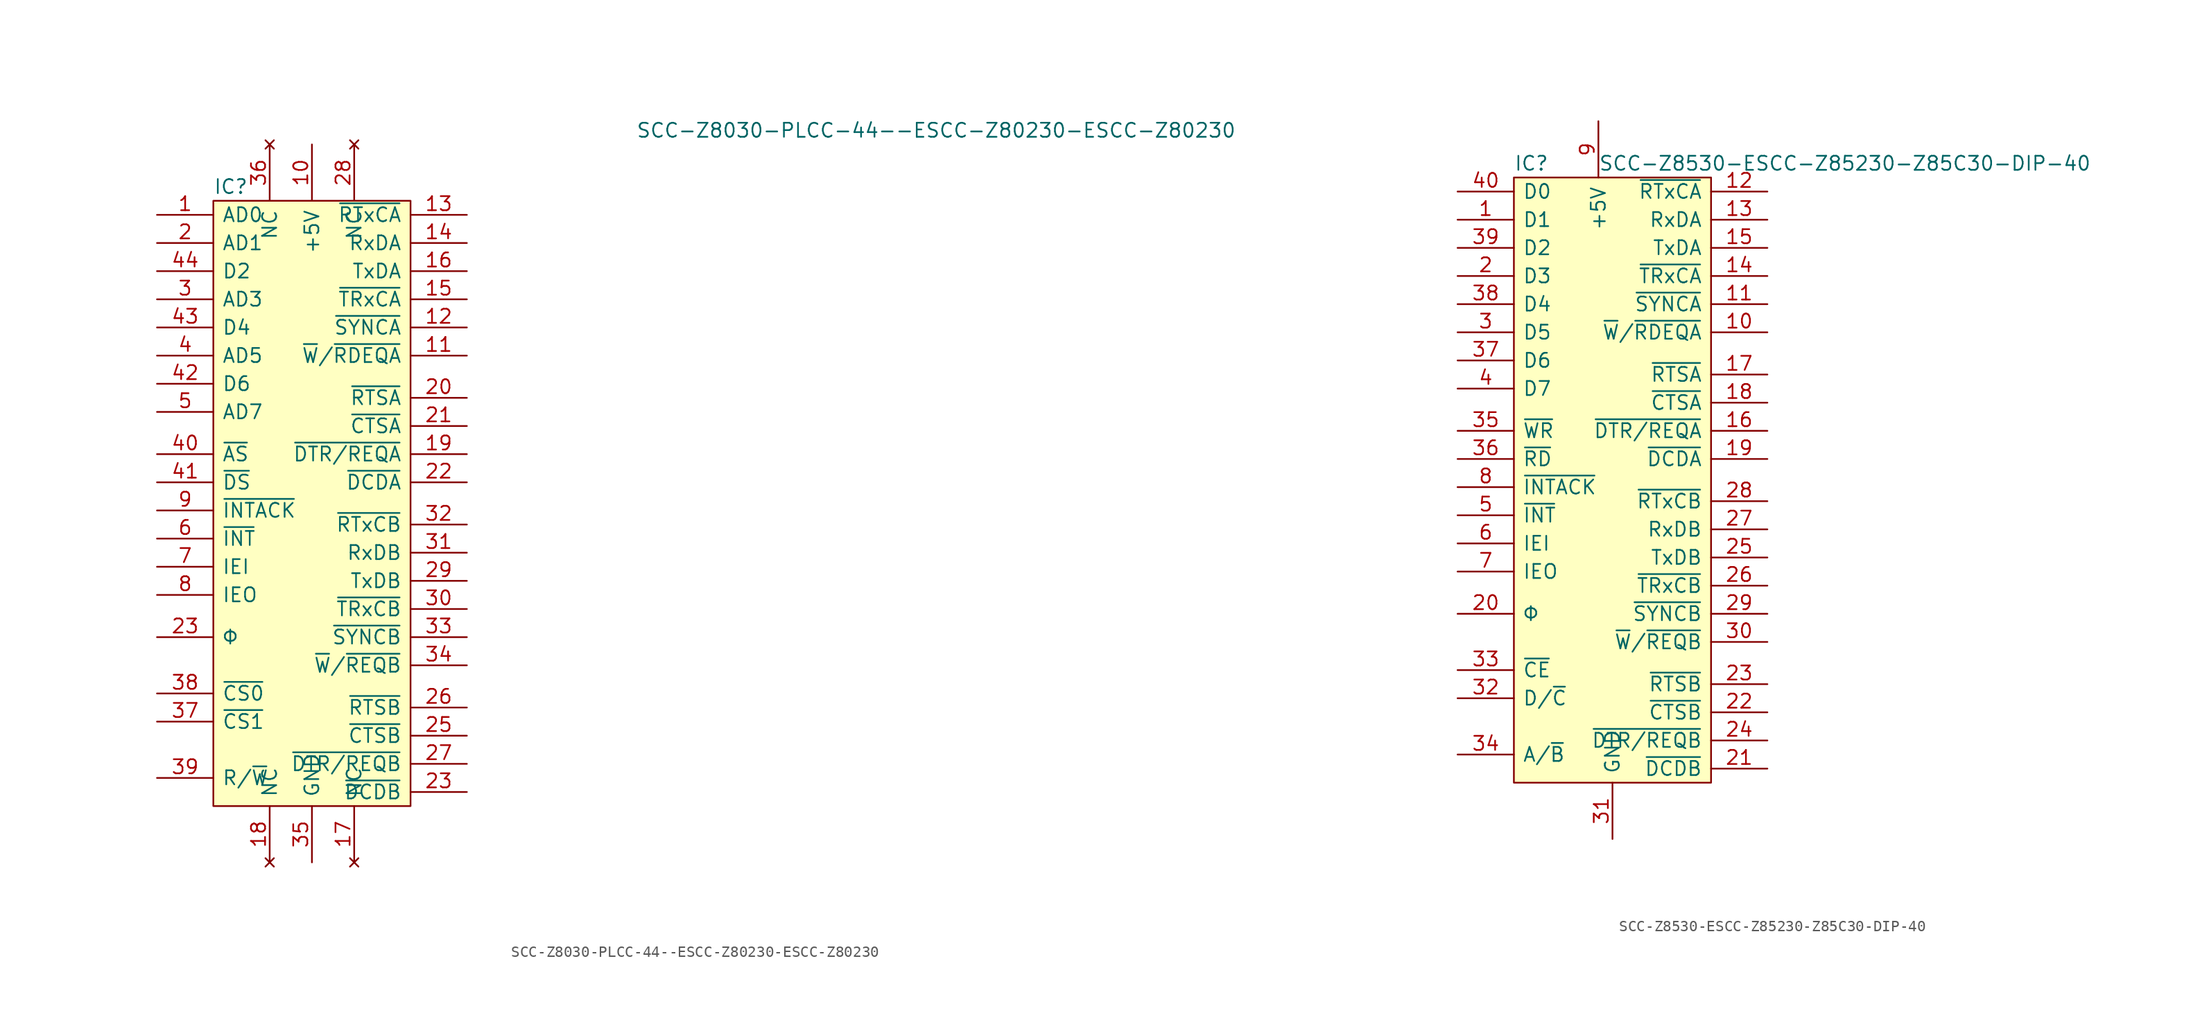
<source format=kicad_sym>
(kicad_symbol_lib
  (version 20211014)
  (generator kicad_symbol_editor)
  (symbol "SCC-Z8030-PLCC-44--ESCC-Z80230-ESCC-Z80230"
    (pin_names
      (offset 0.762))
    (property "Reference" "IC"
      (at 0 1.27 0)
      (effects (font (size 1.27 1.27)) (justify left)))
    (property "Value" "SCC-Z8030-PLCC-44--ESCC-Z80230-ESCC-Z80230"
      (at 38.1 6.35 0)
      (effects (font (size 1.27 1.27)) (justify left)))
    (symbol "SCC-Z8030-PLCC-44--ESCC-Z80230-ESCC-Z80230_0_0"
      (pin bidirectional line (at -5.08 -1.27 0) (length 5.08) (name "AD0" (effects (font (size 1.27 1.27)))) (number "1" (effects (font (size 1.27 1.27)))))
      (pin power_in line (at 8.89 5.08 270) (length 5.08) (name "+5V" (effects (font (size 1.27 1.27)))) (number "10" (effects (font (size 1.27 1.27)))))
      (pin output line (at 22.86 -13.97 180) (length 5.08) (name "~{W}/~{RDEQA}" (effects (font (size 1.27 1.27)))) (number "11" (effects (font (size 1.27 1.27)))))
      (pin bidirectional line (at 22.86 -11.43 180) (length 5.08) (name "~{SYNCA}" (effects (font (size 1.27 1.27)))) (number "12" (effects (font (size 1.27 1.27)))))
      (pin input line (at 22.86 -1.27 180) (length 5.08) (name "~{RTxCA}" (effects (font (size 1.27 1.27)))) (number "13" (effects (font (size 1.27 1.27)))))
      (pin input line (at 22.86 -3.81 180) (length 5.08) (name "RxDA" (effects (font (size 1.27 1.27)))) (number "14" (effects (font (size 1.27 1.27)))))
      (pin input line (at 22.86 -8.89 180) (length 5.08) (name "~{TRxCA}" (effects (font (size 1.27 1.27)))) (number "15" (effects (font (size 1.27 1.27)))))
      (pin output line (at 22.86 -6.35 180) (length 5.08) (name "TxDA" (effects (font (size 1.27 1.27)))) (number "16" (effects (font (size 1.27 1.27)))))
      (pin no_connect line (at 12.7 -59.69 90) (length 5.08) (name "NC" (effects (font (size 1.27 1.27)))) (number "17" (effects (font (size 1.27 1.27)))))
      (pin no_connect line (at 5.08 -59.69 90) (length 5.08) (name "NC" (effects (font (size 1.27 1.27)))) (number "18" (effects (font (size 1.27 1.27)))))
      (pin output line (at 22.86 -22.86 180) (length 5.08) (name "~{DTR/REQA}" (effects (font (size 1.27 1.27)))) (number "19" (effects (font (size 1.27 1.27)))))
      (pin bidirectional line (at -5.08 -3.81 0) (length 5.08) (name "AD1" (effects (font (size 1.27 1.27)))) (number "2" (effects (font (size 1.27 1.27)))))
      (pin output line (at 22.86 -17.78 180) (length 5.08) (name "~{RTSA}" (effects (font (size 1.27 1.27)))) (number "20" (effects (font (size 1.27 1.27)))))
      (pin input line (at 22.86 -20.32 180) (length 5.08) (name "~{CTSA}" (effects (font (size 1.27 1.27)))) (number "21" (effects (font (size 1.27 1.27)))))
      (pin input line (at 22.86 -25.4 180) (length 5.08) (name "~{DCDA}" (effects (font (size 1.27 1.27)))) (number "22" (effects (font (size 1.27 1.27)))))
      (pin input line (at 22.86 -53.34 180) (length 5.08) (name "~{DCDB}" (effects (font (size 1.27 1.27)))) (number "23" (effects (font (size 1.27 1.27)))))
      (pin input line (at -5.08 -39.37 0) (length 5.08) (name "Φ" (effects (font (size 1.27 1.27)))) (number "23" (effects (font (size 1.27 1.27)))))
      (pin input line (at 22.86 -48.26 180) (length 5.08) (name "~{CTSB}" (effects (font (size 1.27 1.27)))) (number "25" (effects (font (size 1.27 1.27)))))
      (pin output line (at 22.86 -45.72 180) (length 5.08) (name "~{RTSB}" (effects (font (size 1.27 1.27)))) (number "26" (effects (font (size 1.27 1.27)))))
      (pin output line (at 22.86 -50.8 180) (length 5.08) (name "~{DTR/REQB}" (effects (font (size 1.27 1.27)))) (number "27" (effects (font (size 1.27 1.27)))))
      (pin no_connect line (at 12.7 5.08 270) (length 5.08) (name "NC" (effects (font (size 1.27 1.27)))) (number "28" (effects (font (size 1.27 1.27)))))
      (pin output line (at 22.86 -34.29 180) (length 5.08) (name "TxDB" (effects (font (size 1.27 1.27)))) (number "29" (effects (font (size 1.27 1.27)))))
      (pin bidirectional line (at -5.08 -8.89 0) (length 5.08) (name "AD3" (effects (font (size 1.27 1.27)))) (number "3" (effects (font (size 1.27 1.27)))))
      (pin bidirectional line (at 22.86 -36.83 180) (length 5.08) (name "~{TRxCB}" (effects (font (size 1.27 1.27)))) (number "30" (effects (font (size 1.27 1.27)))))
      (pin input line (at 22.86 -31.75 180) (length 5.08) (name "RxDB" (effects (font (size 1.27 1.27)))) (number "31" (effects (font (size 1.27 1.27)))))
      (pin input line (at 22.86 -29.21 180) (length 5.08) (name "~{RTxCB}" (effects (font (size 1.27 1.27)))) (number "32" (effects (font (size 1.27 1.27)))))
      (pin bidirectional line (at 22.86 -39.37 180) (length 5.08) (name "~{SYNCB}" (effects (font (size 1.27 1.27)))) (number "33" (effects (font (size 1.27 1.27)))))
      (pin output line (at 22.86 -41.91 180) (length 5.08) (name "~{W}/~{REQB}" (effects (font (size 1.27 1.27)))) (number "34" (effects (font (size 1.27 1.27)))))
      (pin power_in line (at 8.89 -59.69 90) (length 5.08) (name "GND" (effects (font (size 1.27 1.27)))) (number "35" (effects (font (size 1.27 1.27)))))
      (pin no_connect line (at 5.08 5.08 270) (length 5.08) (name "NC" (effects (font (size 1.27 1.27)))) (number "36" (effects (font (size 1.27 1.27)))))
      (pin input line (at -5.08 -46.99 0) (length 5.08) (name "~{CS1}" (effects (font (size 1.27 1.27)))) (number "37" (effects (font (size 1.27 1.27)))))
      (pin input line (at -5.08 -44.45 0) (length 5.08) (name "~{CS0}" (effects (font (size 1.27 1.27)))) (number "38" (effects (font (size 1.27 1.27)))))
      (pin input line (at -5.08 -52.07 0) (length 5.08) (name "R/~{W}" (effects (font (size 1.27 1.27)))) (number "39" (effects (font (size 1.27 1.27)))))
      (pin bidirectional line (at -5.08 -13.97 0) (length 5.08) (name "AD5" (effects (font (size 1.27 1.27)))) (number "4" (effects (font (size 1.27 1.27)))))
      (pin input line (at -5.08 -22.86 0) (length 5.08) (name "~{AS}" (effects (font (size 1.27 1.27)))) (number "40" (effects (font (size 1.27 1.27)))))
      (pin input line (at -5.08 -25.4 0) (length 5.08) (name "~{DS}" (effects (font (size 1.27 1.27)))) (number "41" (effects (font (size 1.27 1.27)))))
      (pin bidirectional line (at -5.08 -16.51 0) (length 5.08) (name "D6" (effects (font (size 1.27 1.27)))) (number "42" (effects (font (size 1.27 1.27)))))
      (pin bidirectional line (at -5.08 -11.43 0) (length 5.08) (name "D4" (effects (font (size 1.27 1.27)))) (number "43" (effects (font (size 1.27 1.27)))))
      (pin bidirectional line (at -5.08 -6.35 0) (length 5.08) (name "D2" (effects (font (size 1.27 1.27)))) (number "44" (effects (font (size 1.27 1.27)))))
      (pin bidirectional line (at -5.08 -19.05 0) (length 5.08) (name "AD7" (effects (font (size 1.27 1.27)))) (number "5" (effects (font (size 1.27 1.27)))))
      (pin input line (at -5.08 -30.48 0) (length 5.08) (name "~{INT}" (effects (font (size 1.27 1.27)))) (number "6" (effects (font (size 1.27 1.27)))))
      (pin input line (at -5.08 -33.02 0) (length 5.08) (name "IEI" (effects (font (size 1.27 1.27)))) (number "7" (effects (font (size 1.27 1.27)))))
      (pin output line (at -5.08 -35.56 0) (length 5.08) (name "IEO" (effects (font (size 1.27 1.27)))) (number "8" (effects (font (size 1.27 1.27)))))
      (pin input line (at -5.08 -27.94 0) (length 5.08) (name "~{INTACK}" (effects (font (size 1.27 1.27)))) (number "9" (effects (font (size 1.27 1.27))))))
    (symbol "SCC-Z8030-PLCC-44--ESCC-Z80230-ESCC-Z80230_0_1"
      (rectangle (start 0 0) (end 17.78 -54.61) (stroke (width 0) (type default) (color 0 0 0 0)) (fill (type background)))))
  (symbol "SCC-Z8530-ESCC-Z85230-Z85C30-DIP-40"
    (pin_names
      (offset 0.762))
    (property "Reference" "IC"
      (at 0 1.27 0)
      (effects (font (size 1.27 1.27)) (justify left)))
    (property "Value" "SCC-Z8530-ESCC-Z85230-Z85C30-DIP-40"
      (at 7.62 1.27 0)
      (effects (font (size 1.27 1.27)) (justify left)))
    (symbol "SCC-Z8530-ESCC-Z85230-Z85C30-DIP-40_0_0"
      (pin bidirectional line (at -5.08 -3.81 0) (length 5.08) (name "D1" (effects (font (size 1.27 1.27)))) (number "1" (effects (font (size 1.27 1.27)))))
      (pin output line (at 22.86 -13.97 180) (length 5.08) (name "~{W}/~{RDEQA}" (effects (font (size 1.27 1.27)))) (number "10" (effects (font (size 1.27 1.27)))))
      (pin bidirectional line (at 22.86 -11.43 180) (length 5.08) (name "~{SYNCA}" (effects (font (size 1.27 1.27)))) (number "11" (effects (font (size 1.27 1.27)))))
      (pin input line (at 22.86 -1.27 180) (length 5.08) (name "~{RTxCA}" (effects (font (size 1.27 1.27)))) (number "12" (effects (font (size 1.27 1.27)))))
      (pin input line (at 22.86 -3.81 180) (length 5.08) (name "RxDA" (effects (font (size 1.27 1.27)))) (number "13" (effects (font (size 1.27 1.27)))))
      (pin input line (at 22.86 -8.89 180) (length 5.08) (name "~{TRxCA}" (effects (font (size 1.27 1.27)))) (number "14" (effects (font (size 1.27 1.27)))))
      (pin output line (at 22.86 -6.35 180) (length 5.08) (name "TxDA" (effects (font (size 1.27 1.27)))) (number "15" (effects (font (size 1.27 1.27)))))
      (pin output line (at 22.86 -22.86 180) (length 5.08) (name "~{DTR/REQA}" (effects (font (size 1.27 1.27)))) (number "16" (effects (font (size 1.27 1.27)))))
      (pin output line (at 22.86 -17.78 180) (length 5.08) (name "~{RTSA}" (effects (font (size 1.27 1.27)))) (number "17" (effects (font (size 1.27 1.27)))))
      (pin input line (at 22.86 -20.32 180) (length 5.08) (name "~{CTSA}" (effects (font (size 1.27 1.27)))) (number "18" (effects (font (size 1.27 1.27)))))
      (pin input line (at 22.86 -25.4 180) (length 5.08) (name "~{DCDA}" (effects (font (size 1.27 1.27)))) (number "19" (effects (font (size 1.27 1.27)))))
      (pin bidirectional line (at -5.08 -8.89 0) (length 5.08) (name "D3" (effects (font (size 1.27 1.27)))) (number "2" (effects (font (size 1.27 1.27)))))
      (pin input line (at -5.08 -39.37 0) (length 5.08) (name "Φ" (effects (font (size 1.27 1.27)))) (number "20" (effects (font (size 1.27 1.27)))))
      (pin input line (at 22.86 -53.34 180) (length 5.08) (name "~{DCDB}" (effects (font (size 1.27 1.27)))) (number "21" (effects (font (size 1.27 1.27)))))
      (pin input line (at 22.86 -48.26 180) (length 5.08) (name "~{CTSB}" (effects (font (size 1.27 1.27)))) (number "22" (effects (font (size 1.27 1.27)))))
      (pin output line (at 22.86 -45.72 180) (length 5.08) (name "~{RTSB}" (effects (font (size 1.27 1.27)))) (number "23" (effects (font (size 1.27 1.27)))))
      (pin output line (at 22.86 -50.8 180) (length 5.08) (name "~{DTR/REQB}" (effects (font (size 1.27 1.27)))) (number "24" (effects (font (size 1.27 1.27)))))
      (pin output line (at 22.86 -34.29 180) (length 5.08) (name "TxDB" (effects (font (size 1.27 1.27)))) (number "25" (effects (font (size 1.27 1.27)))))
      (pin bidirectional line (at 22.86 -36.83 180) (length 5.08) (name "~{TRxCB}" (effects (font (size 1.27 1.27)))) (number "26" (effects (font (size 1.27 1.27)))))
      (pin input line (at 22.86 -31.75 180) (length 5.08) (name "RxDB" (effects (font (size 1.27 1.27)))) (number "27" (effects (font (size 1.27 1.27)))))
      (pin input line (at 22.86 -29.21 180) (length 5.08) (name "~{RTxCB}" (effects (font (size 1.27 1.27)))) (number "28" (effects (font (size 1.27 1.27)))))
      (pin bidirectional line (at 22.86 -39.37 180) (length 5.08) (name "~{SYNCB}" (effects (font (size 1.27 1.27)))) (number "29" (effects (font (size 1.27 1.27)))))
      (pin bidirectional line (at -5.08 -13.97 0) (length 5.08) (name "D5" (effects (font (size 1.27 1.27)))) (number "3" (effects (font (size 1.27 1.27)))))
      (pin output line (at 22.86 -41.91 180) (length 5.08) (name "~{W}/~{REQB}" (effects (font (size 1.27 1.27)))) (number "30" (effects (font (size 1.27 1.27)))))
      (pin power_in line (at 8.89 -59.69 90) (length 5.08) (name "GND" (effects (font (size 1.27 1.27)))) (number "31" (effects (font (size 1.27 1.27)))))
      (pin input line (at -5.08 -46.99 0) (length 5.08) (name "D/~{C}" (effects (font (size 1.27 1.27)))) (number "32" (effects (font (size 1.27 1.27)))))
      (pin input line (at -5.08 -44.45 0) (length 5.08) (name "~{CE}" (effects (font (size 1.27 1.27)))) (number "33" (effects (font (size 1.27 1.27)))))
      (pin input line (at -5.08 -52.07 0) (length 5.08) (name "A/~{B}" (effects (font (size 1.27 1.27)))) (number "34" (effects (font (size 1.27 1.27)))))
      (pin input line (at -5.08 -22.86 0) (length 5.08) (name "~{WR}" (effects (font (size 1.27 1.27)))) (number "35" (effects (font (size 1.27 1.27)))))
      (pin input line (at -5.08 -25.4 0) (length 5.08) (name "~{RD}" (effects (font (size 1.27 1.27)))) (number "36" (effects (font (size 1.27 1.27)))))
      (pin bidirectional line (at -5.08 -16.51 0) (length 5.08) (name "D6" (effects (font (size 1.27 1.27)))) (number "37" (effects (font (size 1.27 1.27)))))
      (pin bidirectional line (at -5.08 -11.43 0) (length 5.08) (name "D4" (effects (font (size 1.27 1.27)))) (number "38" (effects (font (size 1.27 1.27)))))
      (pin bidirectional line (at -5.08 -6.35 0) (length 5.08) (name "D2" (effects (font (size 1.27 1.27)))) (number "39" (effects (font (size 1.27 1.27)))))
      (pin bidirectional line (at -5.08 -19.05 0) (length 5.08) (name "D7" (effects (font (size 1.27 1.27)))) (number "4" (effects (font (size 1.27 1.27)))))
      (pin bidirectional line (at -5.08 -1.27 0) (length 5.08) (name "D0" (effects (font (size 1.27 1.27)))) (number "40" (effects (font (size 1.27 1.27)))))
      (pin input line (at -5.08 -30.48 0) (length 5.08) (name "~{INT}" (effects (font (size 1.27 1.27)))) (number "5" (effects (font (size 1.27 1.27)))))
      (pin input line (at -5.08 -33.02 0) (length 5.08) (name "IEI" (effects (font (size 1.27 1.27)))) (number "6" (effects (font (size 1.27 1.27)))))
      (pin output line (at -5.08 -35.56 0) (length 5.08) (name "IEO" (effects (font (size 1.27 1.27)))) (number "7" (effects (font (size 1.27 1.27)))))
      (pin input line (at -5.08 -27.94 0) (length 5.08) (name "~{INTACK}" (effects (font (size 1.27 1.27)))) (number "8" (effects (font (size 1.27 1.27)))))
      (pin power_in line (at 7.62 5.08 270) (length 5.08) (name "+5V" (effects (font (size 1.27 1.27)))) (number "9" (effects (font (size 1.27 1.27))))))
    (symbol "SCC-Z8530-ESCC-Z85230-Z85C30-DIP-40_0_1"
      (rectangle (start 0 0) (end 17.78 -54.61) (stroke (width 0) (type default) (color 0 0 0 0)) (fill (type background))))))
</source>
